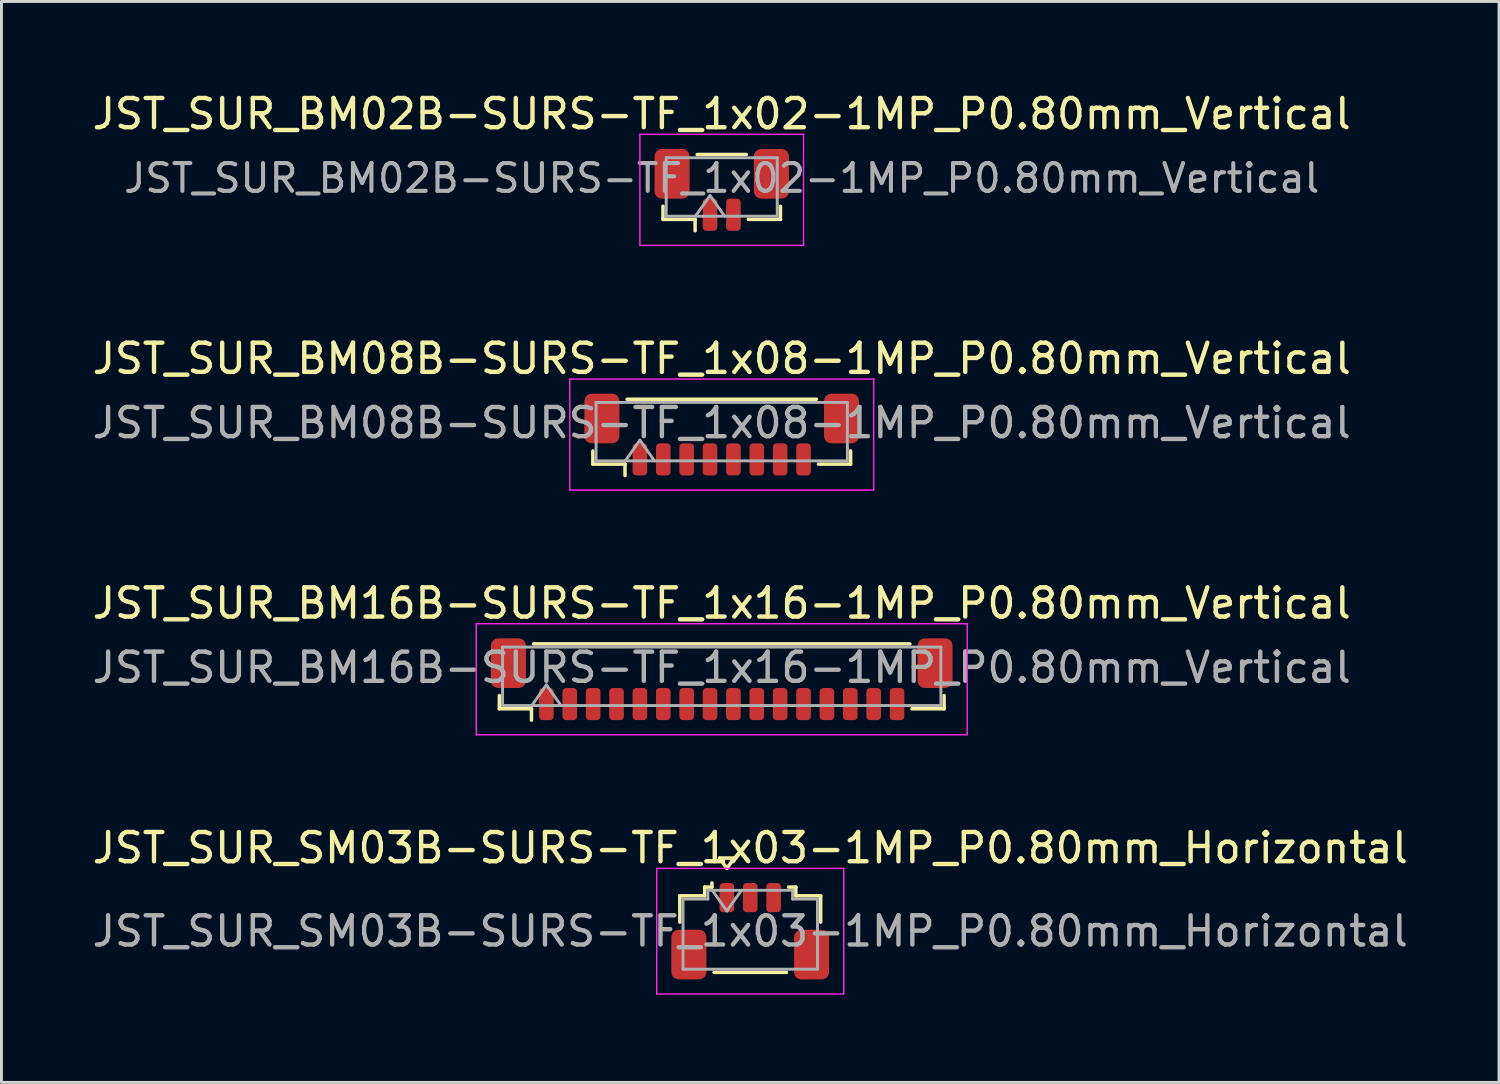
<source format=kicad_pcb>
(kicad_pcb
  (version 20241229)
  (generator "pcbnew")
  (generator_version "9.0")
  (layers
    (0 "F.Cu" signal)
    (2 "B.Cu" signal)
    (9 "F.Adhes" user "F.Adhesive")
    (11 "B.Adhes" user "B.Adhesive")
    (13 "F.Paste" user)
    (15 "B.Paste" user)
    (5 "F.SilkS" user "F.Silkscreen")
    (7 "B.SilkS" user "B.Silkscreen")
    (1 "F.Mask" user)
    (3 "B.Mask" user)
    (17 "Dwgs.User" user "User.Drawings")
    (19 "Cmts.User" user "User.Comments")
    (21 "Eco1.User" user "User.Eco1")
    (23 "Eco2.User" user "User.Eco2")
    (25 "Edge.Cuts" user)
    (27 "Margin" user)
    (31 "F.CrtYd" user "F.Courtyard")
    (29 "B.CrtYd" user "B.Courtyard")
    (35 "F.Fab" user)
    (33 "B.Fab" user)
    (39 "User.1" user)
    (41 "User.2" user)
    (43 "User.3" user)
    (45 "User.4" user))
  (footprint "JST_SUR_BM02B-SURS-TF_1x02-1MP_P0.80mm_Vertical"
    (layer "F.Cu")
    (at 21.649 3.448)
    (property "Reference" "JST_SUR_BM02B-SURS-TF_1x02-1MP_P0.80mm_Vertical" (at 0 -2.6 0) (layer "F.SilkS") (effects (font (size 1 1) (thickness 0.15))))
    (attr smd)
    (fp_line (start -2.01 0.56) (end -2.01 1.01) (stroke (width 0.12) (type solid)) (layer "F.SilkS"))
    (fp_line (start -2.01 1.01) (end -0.91 1.01) (stroke (width 0.12) (type solid)) (layer "F.SilkS"))
    (fp_line (start -0.91 1.01) (end -0.91 1.4) (stroke (width 0.12) (type solid)) (layer "F.SilkS"))
    (fp_line (start -0.84 -1.21) (end 0.84 -1.21) (stroke (width 0.12) (type solid)) (layer "F.SilkS"))
    (fp_line (start 2.01 0.56) (end 2.01 1.01) (stroke (width 0.12) (type solid)) (layer "F.SilkS"))
    (fp_line (start 2.01 1.01) (end 0.91 1.01) (stroke (width 0.12) (type solid)) (layer "F.SilkS"))
    (fp_line (start -2.8 -1.9) (end -2.8 1.9) (stroke (width 0.05) (type solid)) (layer "F.CrtYd"))
    (fp_line (start -2.8 1.9) (end 2.8 1.9) (stroke (width 0.05) (type solid)) (layer "F.CrtYd"))
    (fp_line (start 2.8 -1.9) (end -2.8 -1.9) (stroke (width 0.05) (type solid)) (layer "F.CrtYd"))
    (fp_line (start 2.8 1.9) (end 2.8 -1.9) (stroke (width 0.05) (type solid)) (layer "F.CrtYd"))
    (fp_line (start -1.9 -1.1) (end 1.9 -1.1) (stroke (width 0.1) (type solid)) (layer "F.Fab"))
    (fp_line (start -1.9 0.9) (end -1.9 -1.1) (stroke (width 0.1) (type solid)) (layer "F.Fab"))
    (fp_line (start -1.9 0.9) (end 1.9 0.9) (stroke (width 0.1) (type solid)) (layer "F.Fab"))
    (fp_line (start -0.9 0.9) (end -0.4 0.193) (stroke (width 0.1) (type solid)) (layer "F.Fab"))
    (fp_line (start -0.4 0.193) (end 0.1 0.9) (stroke (width 0.1) (type solid)) (layer "F.Fab"))
    (fp_line (start 1.9 0.9) (end 1.9 -1.1) (stroke (width 0.1) (type solid)) (layer "F.Fab"))
    (fp_text user "${REFERENCE}" (at 0 -0.4 0) (layer "F.Fab") (effects (font (size 0.95 0.95) (thickness 0.14))))
    (pad "1" smd roundrect (at -0.4 0.85) (size 0.5 1.1) (layers "F.Cu" "F.Mask" "F.Paste") (roundrect_rratio 0.25))
    (pad "2" smd roundrect (at 0.4 0.85) (size 0.5 1.1) (layers "F.Cu" "F.Mask" "F.Paste") (roundrect_rratio 0.25))
    (pad "MP" smd roundrect (at -1.7 -0.55) (size 1.2 1.7) (layers "F.Cu" "F.Mask" "F.Paste") (roundrect_rratio 0.208))
    (pad "MP" smd roundrect (at 1.7 -0.55) (size 1.2 1.7) (layers "F.Cu" "F.Mask" "F.Paste") (roundrect_rratio 0.208)))
  (footprint "JST_SUR_SM03B-SURS-TF_1x03-1MP_P0.80mm_Horizontal"
    (layer "F.Cu")
    (at 22.625 28.818)
    (property "Reference" "JST_SUR_SM03B-SURS-TF_1x03-1MP_P0.80mm_Horizontal" (at 0 -2.85 0) (layer "F.SilkS") (effects (font (size 1 1) (thickness 0.15))))
    (attr smd)
    (fp_line (start -2.41 -1.21) (end -1.56 -1.21) (stroke (width 0.12) (type solid)) (layer "F.SilkS"))
    (fp_line (start -2.41 -0.31) (end -2.41 -1.21) (stroke (width 0.12) (type solid)) (layer "F.SilkS"))
    (fp_line (start -1.56 -1.51) (end -1.31 -1.51) (stroke (width 0.12) (type solid)) (layer "F.SilkS"))
    (fp_line (start -1.56 -1.21) (end -1.56 -1.51) (stroke (width 0.12) (type solid)) (layer "F.SilkS"))
    (fp_line (start -1.31 -1.51) (end -1.31 -1.65) (stroke (width 0.12) (type solid)) (layer "F.SilkS"))
    (fp_line (start -1.24 1.41) (end 1.24 1.41) (stroke (width 0.12) (type solid)) (layer "F.SilkS"))
    (fp_line (start -1.05 -2.504) (end -0.8 -2.15) (stroke (width 0.12) (type solid)) (layer "F.SilkS"))
    (fp_line (start -0.8 -2.15) (end -0.55 -2.504) (stroke (width 0.12) (type solid)) (layer "F.SilkS"))
    (fp_line (start -0.55 -2.504) (end -1.05 -2.504) (stroke (width 0.12) (type solid)) (layer "F.SilkS"))
    (fp_line (start 1.56 -1.51) (end 1.31 -1.51) (stroke (width 0.12) (type solid)) (layer "F.SilkS"))
    (fp_line (start 1.56 -1.21) (end 1.56 -1.51) (stroke (width 0.12) (type solid)) (layer "F.SilkS"))
    (fp_line (start 2.41 -1.21) (end 1.56 -1.21) (stroke (width 0.12) (type solid)) (layer "F.SilkS"))
    (fp_line (start 2.41 -0.31) (end 2.41 -1.21) (stroke (width 0.12) (type solid)) (layer "F.SilkS"))
    (fp_line (start -3.2 -2.15) (end -3.2 2.15) (stroke (width 0.05) (type solid)) (layer "F.CrtYd"))
    (fp_line (start -3.2 2.15) (end 3.2 2.15) (stroke (width 0.05) (type solid)) (layer "F.CrtYd"))
    (fp_line (start 3.2 -2.15) (end -3.2 -2.15) (stroke (width 0.05) (type solid)) (layer "F.CrtYd"))
    (fp_line (start 3.2 2.15) (end 3.2 -2.15) (stroke (width 0.05) (type solid)) (layer "F.CrtYd"))
    (fp_line (start -2.3 -1.1) (end -2.3 1.3) (stroke (width 0.1) (type solid)) (layer "F.Fab"))
    (fp_line (start -2.3 -1.1) (end -1.45 -1.1) (stroke (width 0.1) (type solid)) (layer "F.Fab"))
    (fp_line (start -2.3 1.3) (end 2.3 1.3) (stroke (width 0.1) (type solid)) (layer "F.Fab"))
    (fp_line (start -1.45 -1.4) (end 1.45 -1.4) (stroke (width 0.1) (type solid)) (layer "F.Fab"))
    (fp_line (start -1.45 -1.1) (end -1.45 -1.4) (stroke (width 0.1) (type solid)) (layer "F.Fab"))
    (fp_line (start -1.3 -1.4) (end -0.8 -0.693) (stroke (width 0.1) (type solid)) (layer "F.Fab"))
    (fp_line (start -0.8 -0.693) (end -0.3 -1.4) (stroke (width 0.1) (type solid)) (layer "F.Fab"))
    (fp_line (start 1.45 -1.4) (end 1.45 -1.1) (stroke (width 0.1) (type solid)) (layer "F.Fab"))
    (fp_line (start 1.45 -1.1) (end 2.3 -1.1) (stroke (width 0.1) (type solid)) (layer "F.Fab"))
    (fp_line (start 2.3 -1.1) (end 2.3 1.3) (stroke (width 0.1) (type solid)) (layer "F.Fab"))
    (fp_text user "${REFERENCE}" (at 0 0 0) (layer "F.Fab") (effects (font (size 1 1) (thickness 0.15))))
    (pad "1" smd roundrect (at -0.8 -1.15) (size 0.5 1) (layers "F.Cu" "F.Mask" "F.Paste") (roundrect_rratio 0.25))
    (pad "2" smd roundrect (at 0 -1.15) (size 0.5 1) (layers "F.Cu" "F.Mask" "F.Paste") (roundrect_rratio 0.25))
    (pad "3" smd roundrect (at 0.8 -1.15) (size 0.5 1) (layers "F.Cu" "F.Mask" "F.Paste") (roundrect_rratio 0.25))
    (pad "MP" smd roundrect (at -2.1 0.8) (size 1.2 1.7) (layers "F.Cu" "F.Mask" "F.Paste") (roundrect_rratio 0.208))
    (pad "MP" smd roundrect (at 2.1 0.8) (size 1.2 1.7) (layers "F.Cu" "F.Mask" "F.Paste") (roundrect_rratio 0.208)))
  (footprint "JST_SUR_BM08B-SURS-TF_1x08-1MP_P0.80mm_Vertical"
    (layer "F.Cu")
    (at 21.649 11.822)
    (property "Reference" "JST_SUR_BM08B-SURS-TF_1x08-1MP_P0.80mm_Vertical" (at 0 -2.6 0) (layer "F.SilkS") (effects (font (size 1 1) (thickness 0.15))))
    (attr smd)
    (fp_line (start -4.41 0.56) (end -4.41 1.01) (stroke (width 0.12) (type solid)) (layer "F.SilkS"))
    (fp_line (start -4.41 1.01) (end -3.31 1.01) (stroke (width 0.12) (type solid)) (layer "F.SilkS"))
    (fp_line (start -3.31 1.01) (end -3.31 1.4) (stroke (width 0.12) (type solid)) (layer "F.SilkS"))
    (fp_line (start -3.24 -1.21) (end 3.24 -1.21) (stroke (width 0.12) (type solid)) (layer "F.SilkS"))
    (fp_line (start 4.41 0.56) (end 4.41 1.01) (stroke (width 0.12) (type solid)) (layer "F.SilkS"))
    (fp_line (start 4.41 1.01) (end 3.31 1.01) (stroke (width 0.12) (type solid)) (layer "F.SilkS"))
    (fp_line (start -5.2 -1.9) (end -5.2 1.9) (stroke (width 0.05) (type solid)) (layer "F.CrtYd"))
    (fp_line (start -5.2 1.9) (end 5.2 1.9) (stroke (width 0.05) (type solid)) (layer "F.CrtYd"))
    (fp_line (start 5.2 -1.9) (end -5.2 -1.9) (stroke (width 0.05) (type solid)) (layer "F.CrtYd"))
    (fp_line (start 5.2 1.9) (end 5.2 -1.9) (stroke (width 0.05) (type solid)) (layer "F.CrtYd"))
    (fp_line (start -4.3 -1.1) (end 4.3 -1.1) (stroke (width 0.1) (type solid)) (layer "F.Fab"))
    (fp_line (start -4.3 0.9) (end -4.3 -1.1) (stroke (width 0.1) (type solid)) (layer "F.Fab"))
    (fp_line (start -4.3 0.9) (end 4.3 0.9) (stroke (width 0.1) (type solid)) (layer "F.Fab"))
    (fp_line (start -3.3 0.9) (end -2.8 0.193) (stroke (width 0.1) (type solid)) (layer "F.Fab"))
    (fp_line (start -2.8 0.193) (end -2.3 0.9) (stroke (width 0.1) (type solid)) (layer "F.Fab"))
    (fp_line (start 4.3 0.9) (end 4.3 -1.1) (stroke (width 0.1) (type solid)) (layer "F.Fab"))
    (fp_text user "${REFERENCE}" (at 0 -0.4 0) (layer "F.Fab") (effects (font (size 1 1) (thickness 0.15))))
    (pad "1" smd roundrect (at -2.8 0.85) (size 0.5 1.1) (layers "F.Cu" "F.Mask" "F.Paste") (roundrect_rratio 0.25))
    (pad "2" smd roundrect (at -2 0.85) (size 0.5 1.1) (layers "F.Cu" "F.Mask" "F.Paste") (roundrect_rratio 0.25))
    (pad "3" smd roundrect (at -1.2 0.85) (size 0.5 1.1) (layers "F.Cu" "F.Mask" "F.Paste") (roundrect_rratio 0.25))
    (pad "4" smd roundrect (at -0.4 0.85) (size 0.5 1.1) (layers "F.Cu" "F.Mask" "F.Paste") (roundrect_rratio 0.25))
    (pad "5" smd roundrect (at 0.4 0.85) (size 0.5 1.1) (layers "F.Cu" "F.Mask" "F.Paste") (roundrect_rratio 0.25))
    (pad "6" smd roundrect (at 1.2 0.85) (size 0.5 1.1) (layers "F.Cu" "F.Mask" "F.Paste") (roundrect_rratio 0.25))
    (pad "7" smd roundrect (at 2 0.85) (size 0.5 1.1) (layers "F.Cu" "F.Mask" "F.Paste") (roundrect_rratio 0.25))
    (pad "8" smd roundrect (at 2.8 0.85) (size 0.5 1.1) (layers "F.Cu" "F.Mask" "F.Paste") (roundrect_rratio 0.25))
    (pad "MP" smd roundrect (at -4.1 -0.55) (size 1.2 1.7) (layers "F.Cu" "F.Mask" "F.Paste") (roundrect_rratio 0.208))
    (pad "MP" smd roundrect (at 4.1 -0.55) (size 1.2 1.7) (layers "F.Cu" "F.Mask" "F.Paste") (roundrect_rratio 0.208)))
  (footprint "JST_SUR_BM16B-SURS-TF_1x16-1MP_P0.80mm_Vertical"
    (layer "F.Cu")
    (at 21.649 20.195)
    (property "Reference" "JST_SUR_BM16B-SURS-TF_1x16-1MP_P0.80mm_Vertical" (at 0 -2.6 0) (layer "F.SilkS") (effects (font (size 1 1) (thickness 0.15))))
    (attr smd)
    (fp_line (start -7.61 0.56) (end -7.61 1.01) (stroke (width 0.12) (type solid)) (layer "F.SilkS"))
    (fp_line (start -7.61 1.01) (end -6.51 1.01) (stroke (width 0.12) (type solid)) (layer "F.SilkS"))
    (fp_line (start -6.51 1.01) (end -6.51 1.4) (stroke (width 0.12) (type solid)) (layer "F.SilkS"))
    (fp_line (start -6.44 -1.21) (end 6.44 -1.21) (stroke (width 0.12) (type solid)) (layer "F.SilkS"))
    (fp_line (start 7.61 0.56) (end 7.61 1.01) (stroke (width 0.12) (type solid)) (layer "F.SilkS"))
    (fp_line (start 7.61 1.01) (end 6.51 1.01) (stroke (width 0.12) (type solid)) (layer "F.SilkS"))
    (fp_line (start -8.4 -1.9) (end -8.4 1.9) (stroke (width 0.05) (type solid)) (layer "F.CrtYd"))
    (fp_line (start -8.4 1.9) (end 8.4 1.9) (stroke (width 0.05) (type solid)) (layer "F.CrtYd"))
    (fp_line (start 8.4 -1.9) (end -8.4 -1.9) (stroke (width 0.05) (type solid)) (layer "F.CrtYd"))
    (fp_line (start 8.4 1.9) (end 8.4 -1.9) (stroke (width 0.05) (type solid)) (layer "F.CrtYd"))
    (fp_line (start -7.5 -1.1) (end 7.5 -1.1) (stroke (width 0.1) (type solid)) (layer "F.Fab"))
    (fp_line (start -7.5 0.9) (end -7.5 -1.1) (stroke (width 0.1) (type solid)) (layer "F.Fab"))
    (fp_line (start -7.5 0.9) (end 7.5 0.9) (stroke (width 0.1) (type solid)) (layer "F.Fab"))
    (fp_line (start -6.5 0.9) (end -6 0.193) (stroke (width 0.1) (type solid)) (layer "F.Fab"))
    (fp_line (start -6 0.193) (end -5.5 0.9) (stroke (width 0.1) (type solid)) (layer "F.Fab"))
    (fp_line (start 7.5 0.9) (end 7.5 -1.1) (stroke (width 0.1) (type solid)) (layer "F.Fab"))
    (fp_text user "${REFERENCE}" (at 0 -0.4 0) (layer "F.Fab") (effects (font (size 1 1) (thickness 0.15))))
    (pad "1" smd roundrect (at -6 0.85) (size 0.5 1.1) (layers "F.Cu" "F.Mask" "F.Paste") (roundrect_rratio 0.25))
    (pad "2" smd roundrect (at -5.2 0.85) (size 0.5 1.1) (layers "F.Cu" "F.Mask" "F.Paste") (roundrect_rratio 0.25))
    (pad "3" smd roundrect (at -4.4 0.85) (size 0.5 1.1) (layers "F.Cu" "F.Mask" "F.Paste") (roundrect_rratio 0.25))
    (pad "4" smd roundrect (at -3.6 0.85) (size 0.5 1.1) (layers "F.Cu" "F.Mask" "F.Paste") (roundrect_rratio 0.25))
    (pad "5" smd roundrect (at -2.8 0.85) (size 0.5 1.1) (layers "F.Cu" "F.Mask" "F.Paste") (roundrect_rratio 0.25))
    (pad "6" smd roundrect (at -2 0.85) (size 0.5 1.1) (layers "F.Cu" "F.Mask" "F.Paste") (roundrect_rratio 0.25))
    (pad "7" smd roundrect (at -1.2 0.85) (size 0.5 1.1) (layers "F.Cu" "F.Mask" "F.Paste") (roundrect_rratio 0.25))
    (pad "8" smd roundrect (at -0.4 0.85) (size 0.5 1.1) (layers "F.Cu" "F.Mask" "F.Paste") (roundrect_rratio 0.25))
    (pad "9" smd roundrect (at 0.4 0.85) (size 0.5 1.1) (layers "F.Cu" "F.Mask" "F.Paste") (roundrect_rratio 0.25))
    (pad "10" smd roundrect (at 1.2 0.85) (size 0.5 1.1) (layers "F.Cu" "F.Mask" "F.Paste") (roundrect_rratio 0.25))
    (pad "11" smd roundrect (at 2 0.85) (size 0.5 1.1) (layers "F.Cu" "F.Mask" "F.Paste") (roundrect_rratio 0.25))
    (pad "12" smd roundrect (at 2.8 0.85) (size 0.5 1.1) (layers "F.Cu" "F.Mask" "F.Paste") (roundrect_rratio 0.25))
    (pad "13" smd roundrect (at 3.6 0.85) (size 0.5 1.1) (layers "F.Cu" "F.Mask" "F.Paste") (roundrect_rratio 0.25))
    (pad "14" smd roundrect (at 4.4 0.85) (size 0.5 1.1) (layers "F.Cu" "F.Mask" "F.Paste") (roundrect_rratio 0.25))
    (pad "15" smd roundrect (at 5.2 0.85) (size 0.5 1.1) (layers "F.Cu" "F.Mask" "F.Paste") (roundrect_rratio 0.25))
    (pad "16" smd roundrect (at 6 0.85) (size 0.5 1.1) (layers "F.Cu" "F.Mask" "F.Paste") (roundrect_rratio 0.25))
    (pad "MP" smd roundrect (at -7.3 -0.55) (size 1.2 1.7) (layers "F.Cu" "F.Mask" "F.Paste") (roundrect_rratio 0.208))
    (pad "MP" smd roundrect (at 7.3 -0.55) (size 1.2 1.7) (layers "F.Cu" "F.Mask" "F.Paste") (roundrect_rratio 0.208)))
  (gr_rect
    (start -3 -3)
    (end 48.25 33.993)
    (stroke (width 0.1) (type default))
    (fill no)
    (layer "Edge.Cuts")))
</source>
